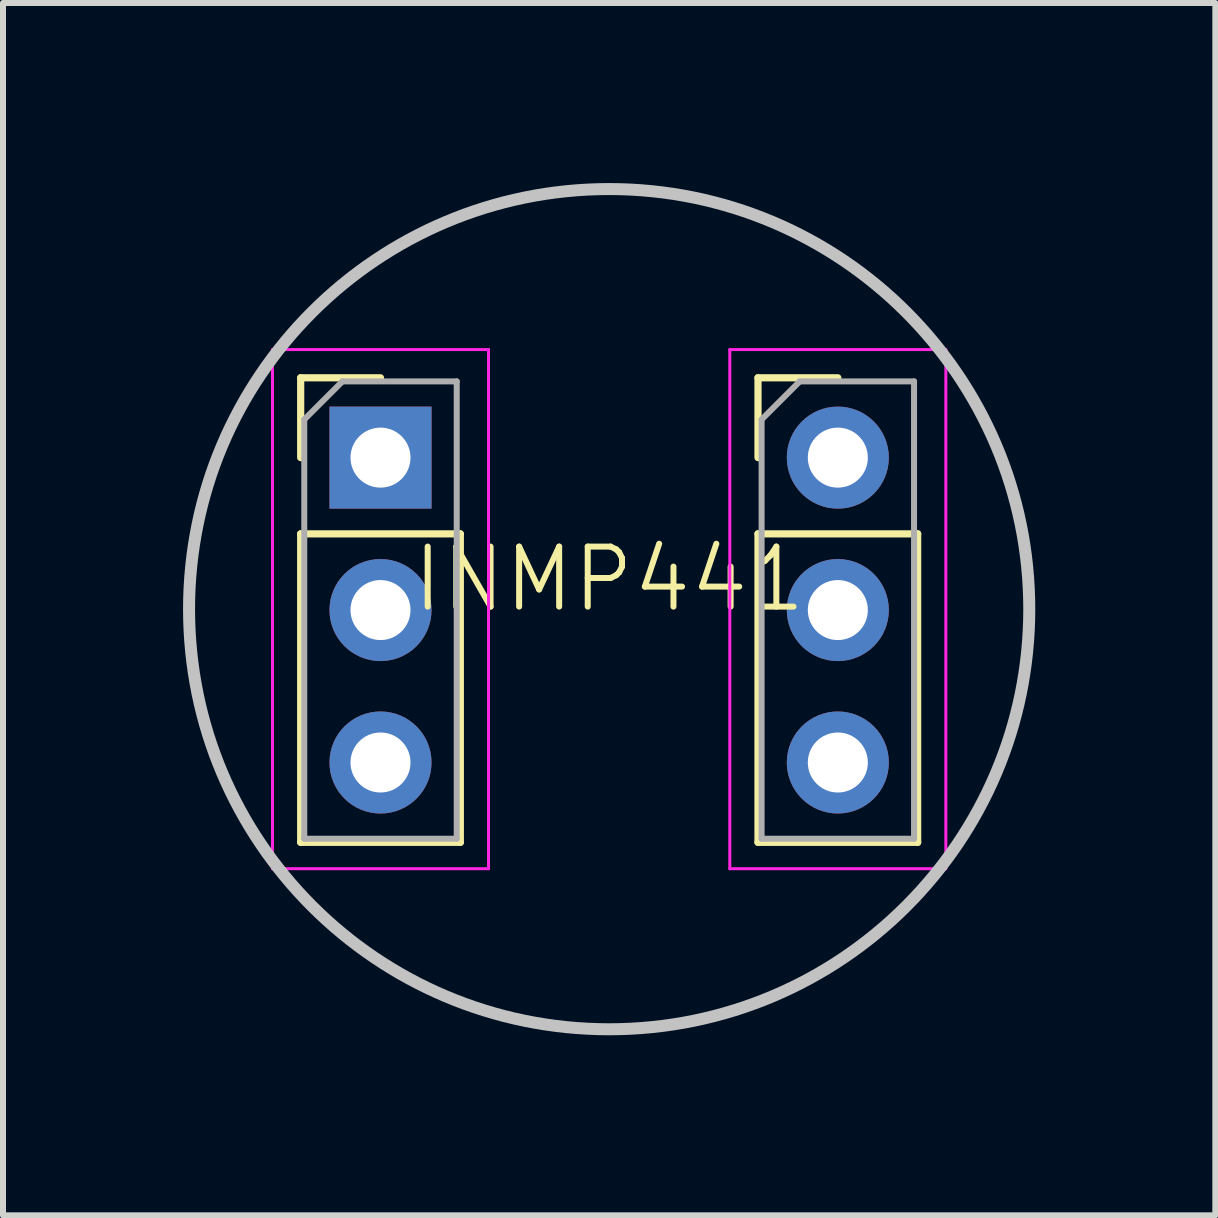
<source format=kicad_pcb>
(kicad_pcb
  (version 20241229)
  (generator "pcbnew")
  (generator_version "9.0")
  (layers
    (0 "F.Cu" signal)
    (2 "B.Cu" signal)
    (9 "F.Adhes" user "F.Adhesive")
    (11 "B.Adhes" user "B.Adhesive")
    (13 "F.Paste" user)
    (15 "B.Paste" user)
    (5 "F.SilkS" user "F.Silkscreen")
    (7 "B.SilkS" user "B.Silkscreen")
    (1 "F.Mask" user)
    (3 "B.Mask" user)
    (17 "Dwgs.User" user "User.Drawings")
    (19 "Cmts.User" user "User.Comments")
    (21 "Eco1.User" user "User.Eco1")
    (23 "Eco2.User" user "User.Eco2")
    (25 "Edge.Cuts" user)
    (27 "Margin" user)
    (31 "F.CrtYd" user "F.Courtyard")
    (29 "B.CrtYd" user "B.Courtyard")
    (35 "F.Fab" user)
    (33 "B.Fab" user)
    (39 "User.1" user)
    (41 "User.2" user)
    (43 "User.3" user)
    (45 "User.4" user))
  (footprint "INMP441"
    (layer "F.Cu")
    (at 7.1 7.1)
    (property "Reference" "INMP441" (at 0 -0.5 0) (unlocked yes) (layer "F.SilkS") (effects (font (size 1 1) (thickness 0.1))))
    (attr smd)
    (fp_line (start -5.14 -3.855) (end -3.81 -3.855) (stroke (width 0.12) (type solid)) (layer "F.SilkS"))
    (fp_line (start -5.14 -2.525) (end -5.14 -3.855) (stroke (width 0.12) (type solid)) (layer "F.SilkS"))
    (fp_line (start -5.14 -1.255) (end -5.14 3.885) (stroke (width 0.12) (type solid)) (layer "F.SilkS"))
    (fp_line (start -5.14 -1.255) (end -2.48 -1.255) (stroke (width 0.12) (type solid)) (layer "F.SilkS"))
    (fp_line (start -5.14 3.885) (end -2.48 3.885) (stroke (width 0.12) (type solid)) (layer "F.SilkS"))
    (fp_line (start -2.48 -1.255) (end -2.48 3.885) (stroke (width 0.12) (type solid)) (layer "F.SilkS"))
    (fp_line (start 2.48 -3.855) (end 3.81 -3.855) (stroke (width 0.12) (type solid)) (layer "F.SilkS"))
    (fp_line (start 2.48 -2.525) (end 2.48 -3.855) (stroke (width 0.12) (type solid)) (layer "F.SilkS"))
    (fp_line (start 2.48 -1.255) (end 2.48 3.885) (stroke (width 0.12) (type solid)) (layer "F.SilkS"))
    (fp_line (start 2.48 -1.255) (end 5.14 -1.255) (stroke (width 0.12) (type solid)) (layer "F.SilkS"))
    (fp_line (start 2.48 3.885) (end 5.14 3.885) (stroke (width 0.12) (type solid)) (layer "F.SilkS"))
    (fp_line (start 5.14 -1.255) (end 5.14 3.885) (stroke (width 0.12) (type solid)) (layer "F.SilkS"))
    (fp_circle (center 0 0) (end 7 0) (stroke (width 0.2) (type default)) (fill no) (layer "Dwgs.User"))
    (fp_line (start -5.61 -4.325) (end -5.61 4.325) (stroke (width 0.05) (type solid)) (layer "F.CrtYd"))
    (fp_line (start -5.61 4.325) (end -2.01 4.325) (stroke (width 0.05) (type solid)) (layer "F.CrtYd"))
    (fp_line (start -2.01 -4.325) (end -5.61 -4.325) (stroke (width 0.05) (type solid)) (layer "F.CrtYd"))
    (fp_line (start -2.01 4.325) (end -2.01 -4.325) (stroke (width 0.05) (type solid)) (layer "F.CrtYd"))
    (fp_line (start 2.01 -4.325) (end 2.01 4.325) (stroke (width 0.05) (type solid)) (layer "F.CrtYd"))
    (fp_line (start 2.01 4.325) (end 5.61 4.325) (stroke (width 0.05) (type solid)) (layer "F.CrtYd"))
    (fp_line (start 5.61 -4.325) (end 2.01 -4.325) (stroke (width 0.05) (type solid)) (layer "F.CrtYd"))
    (fp_line (start 5.61 4.325) (end 5.61 -4.325) (stroke (width 0.05) (type solid)) (layer "F.CrtYd"))
    (fp_line (start -5.08 -3.16) (end -4.445 -3.795) (stroke (width 0.1) (type solid)) (layer "F.Fab"))
    (fp_line (start -5.08 3.825) (end -5.08 -3.16) (stroke (width 0.1) (type solid)) (layer "F.Fab"))
    (fp_line (start -4.445 -3.795) (end -2.54 -3.795) (stroke (width 0.1) (type solid)) (layer "F.Fab"))
    (fp_line (start -2.54 -3.795) (end -2.54 3.825) (stroke (width 0.1) (type solid)) (layer "F.Fab"))
    (fp_line (start -2.54 3.825) (end -5.08 3.825) (stroke (width 0.1) (type solid)) (layer "F.Fab"))
    (fp_line (start 2.54 -3.16) (end 3.175 -3.795) (stroke (width 0.1) (type solid)) (layer "F.Fab"))
    (fp_line (start 2.54 3.825) (end 2.54 -3.16) (stroke (width 0.1) (type solid)) (layer "F.Fab"))
    (fp_line (start 3.175 -3.795) (end 5.08 -3.795) (stroke (width 0.1) (type solid)) (layer "F.Fab"))
    (fp_line (start 5.08 -3.795) (end 5.08 3.825) (stroke (width 0.1) (type solid)) (layer "F.Fab"))
    (fp_line (start 5.08 3.825) (end 2.54 3.825) (stroke (width 0.1) (type solid)) (layer "F.Fab"))
    (pad "1" thru_hole rect (at -3.81 -2.525) (size 1.7 1.7) (drill 1) (layers "*.Cu" "*.Mask"))
    (pad "2" thru_hole oval (at -3.81 0.015) (size 1.7 1.7) (drill 1) (layers "*.Cu" "*.Mask"))
    (pad "3" thru_hole oval (at -3.81 2.555) (size 1.7 1.7) (drill 1) (layers "*.Cu" "*.Mask"))
    (pad "4" thru_hole circle (at 3.81 -2.525) (size 1.7 1.7) (drill 1) (layers "*.Cu" "*.Mask"))
    (pad "5" thru_hole oval (at 3.81 0.015) (size 1.7 1.7) (drill 1) (layers "*.Cu" "*.Mask"))
    (pad "6" thru_hole oval (at 3.81 2.555) (size 1.7 1.7) (drill 1) (layers "*.Cu" "*.Mask")))
  (gr_rect
    (start -3 -3)
    (end 17.2 17.2)
    (stroke (width 0.1) (type default))
    (fill no)
    (layer "Edge.Cuts")))
</source>
